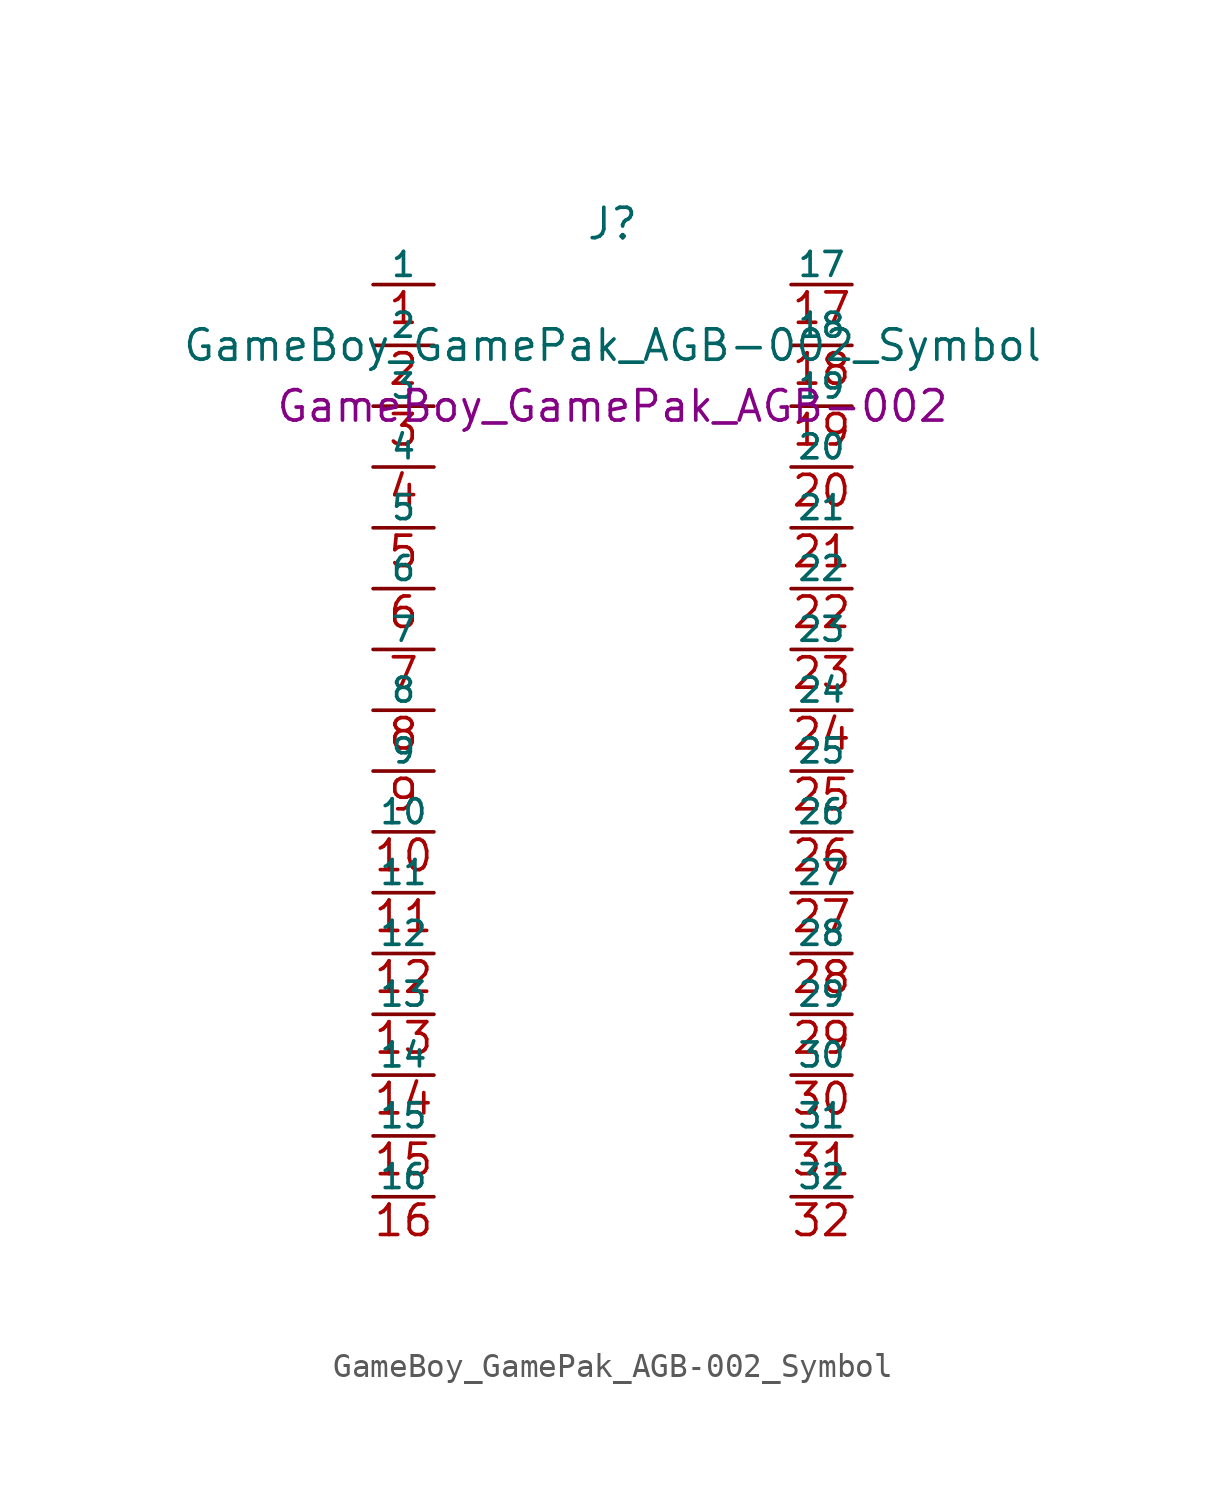
<source format=kicad_sym>
(kicad_symbol_lib
  (version 20211014)
  (generator kicad_symbol_editor)
  (symbol "GameBoy_GamePak_AGB-002_Symbol"
    (pin_names
      (offset 0))
    (property "Reference" "J"
      (at 0 2.54 0)
      (effects (font (size 1.27 1.27))))
    (property "Value" "GameBoy_GamePak_AGB-002_Symbol"
      (at 0 -2.54 0)
      (effects (font (size 1.27 1.27))))
    (property "Footprint" "GameBoy_GamePak_AGB-002"
      (at 0 -5.08 0)
      (effects (font (size 1.27 1.27))))
    (property "Datasheet" ""
      (at 0 -7.62 0)
      (effects (font (size 1.27 1.27))))
    (pin passive line
      (at -10 0 0)
      (length 2.54)
      (name "1" (effects (font (size 1 1))))
      (number "1"))
    (pin passive line
      (at -10 -2.54 0)
      (length 2.54)
      (name "2" (effects (font (size 1 1))))
      (number "2"))
    (pin passive line
      (at -10 -5.08 0)
      (length 2.54)
      (name "3" (effects (font (size 1 1))))
      (number "3"))
    (pin passive line
      (at -10 -7.62 0)
      (length 2.54)
      (name "4" (effects (font (size 1 1))))
      (number "4"))
    (pin passive line
      (at -10 -10.16 0)
      (length 2.54)
      (name "5" (effects (font (size 1 1))))
      (number "5"))
    (pin passive line
      (at -10 -12.7 0)
      (length 2.54)
      (name "6" (effects (font (size 1 1))))
      (number "6"))
    (pin passive line
      (at -10 -15.24 0)
      (length 2.54)
      (name "7" (effects (font (size 1 1))))
      (number "7"))
    (pin passive line
      (at -10 -17.78 0)
      (length 2.54)
      (name "8" (effects (font (size 1 1))))
      (number "8"))
    (pin passive line
      (at -10 -20.32 0)
      (length 2.54)
      (name "9" (effects (font (size 1 1))))
      (number "9"))
    (pin passive line
      (at -10 -22.86 0)
      (length 2.54)
      (name "10" (effects (font (size 1 1))))
      (number "10"))
    (pin passive line
      (at -10 -25.4 0)
      (length 2.54)
      (name "11" (effects (font (size 1 1))))
      (number "11"))
    (pin passive line
      (at -10 -27.94 0)
      (length 2.54)
      (name "12" (effects (font (size 1 1))))
      (number "12"))
    (pin passive line
      (at -10 -30.48 0)
      (length 2.54)
      (name "13" (effects (font (size 1 1))))
      (number "13"))
    (pin passive line
      (at -10 -33.02 0)
      (length 2.54)
      (name "14" (effects (font (size 1 1))))
      (number "14"))
    (pin passive line
      (at -10 -35.56 0)
      (length 2.54)
      (name "15" (effects (font (size 1 1))))
      (number "15"))
    (pin passive line
      (at -10 -38.1 0)
      (length 2.54)
      (name "16" (effects (font (size 1 1))))
      (number "16"))
    (pin passive line
      (at 10 0 180)
      (length 2.54)
      (name "17" (effects (font (size 1 1))))
      (number "17"))
    (pin passive line
      (at 10 -2.54 180)
      (length 2.54)
      (name "18" (effects (font (size 1 1))))
      (number "18"))
    (pin passive line
      (at 10 -5.08 180)
      (length 2.54)
      (name "19" (effects (font (size 1 1))))
      (number "19"))
    (pin passive line
      (at 10 -7.62 180)
      (length 2.54)
      (name "20" (effects (font (size 1 1))))
      (number "20"))
    (pin passive line
      (at 10 -10.16 180)
      (length 2.54)
      (name "21" (effects (font (size 1 1))))
      (number "21"))
    (pin passive line
      (at 10 -12.7 180)
      (length 2.54)
      (name "22" (effects (font (size 1 1))))
      (number "22"))
    (pin passive line
      (at 10 -15.24 180)
      (length 2.54)
      (name "23" (effects (font (size 1 1))))
      (number "23"))
    (pin passive line
      (at 10 -17.78 180)
      (length 2.54)
      (name "24" (effects (font (size 1 1))))
      (number "24"))
    (pin passive line
      (at 10 -20.32 180)
      (length 2.54)
      (name "25" (effects (font (size 1 1))))
      (number "25"))
    (pin passive line
      (at 10 -22.86 180)
      (length 2.54)
      (name "26" (effects (font (size 1 1))))
      (number "26"))
    (pin passive line
      (at 10 -25.4 180)
      (length 2.54)
      (name "27" (effects (font (size 1 1))))
      (number "27"))
    (pin passive line
      (at 10 -27.94 180)
      (length 2.54)
      (name "28" (effects (font (size 1 1))))
      (number "28"))
    (pin passive line
      (at 10 -30.48 180)
      (length 2.54)
      (name "29" (effects (font (size 1 1))))
      (number "29"))
    (pin passive line
      (at 10 -33.02 180)
      (length 2.54)
      (name "30" (effects (font (size 1 1))))
      (number "30"))
    (pin passive line
      (at 10 -35.56 180)
      (length 2.54)
      (name "31" (effects (font (size 1 1))))
      (number "31"))
    (pin passive line
      (at 10 -38.1 180)
      (length 2.54)
      (name "32" (effects (font (size 1 1))))
      (number "32"))))
</source>
